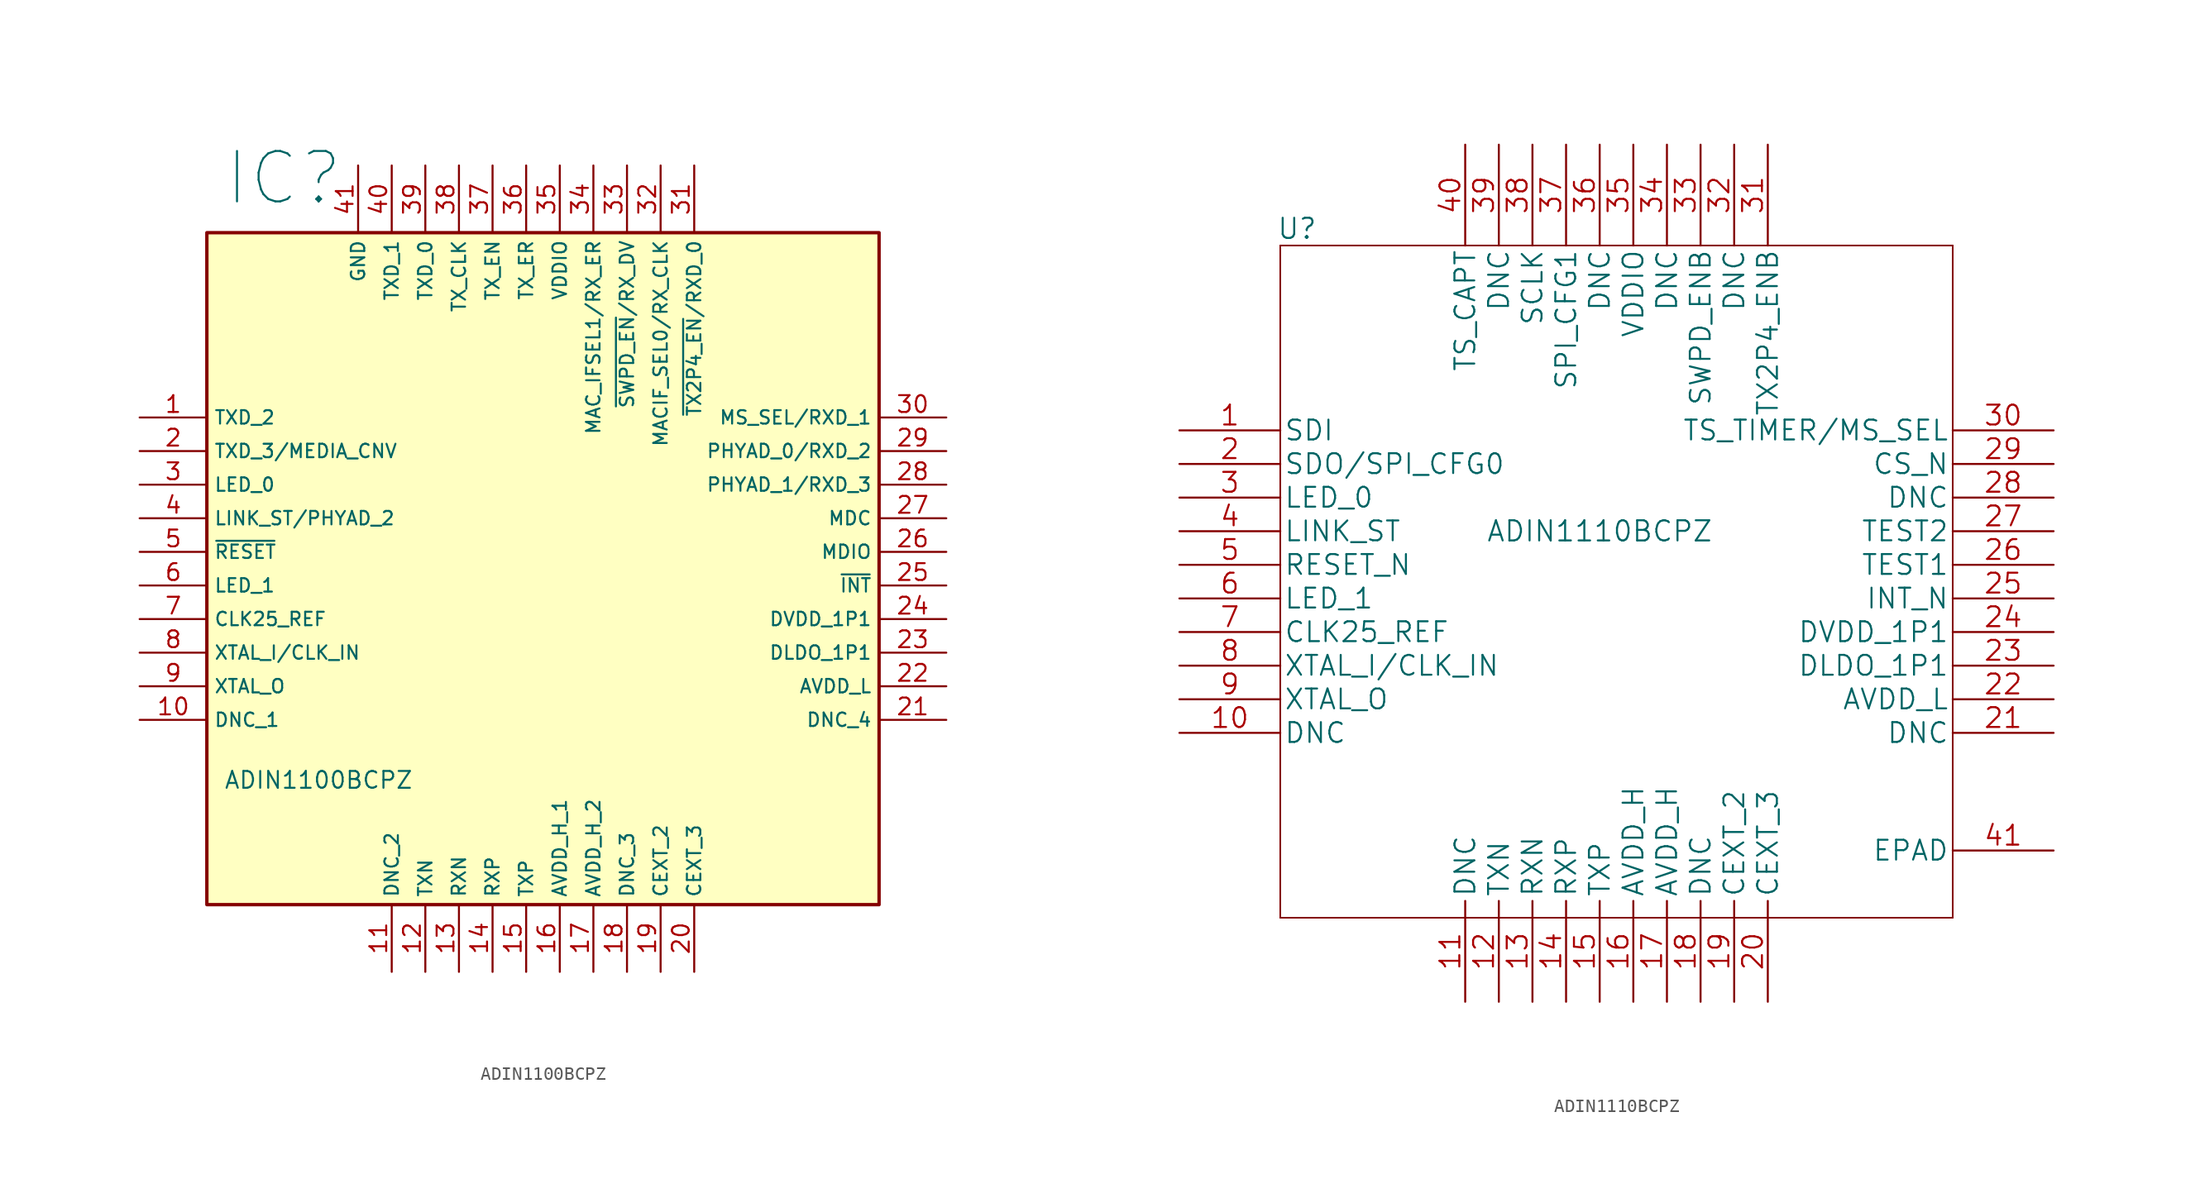
<source format=kicad_sym>
(kicad_symbol_lib
  (version 20220914)
  (generator kicad_symbol_editor)
  (symbol "ADIN1100BCPZ"
    (property "Reference" "IC"
      (at -24.13 31.75 0)
      (effects (font (size 3.81 3.81)) (justify left top)))
    (property "Value" "ADIN1100BCPZ"
      (at -24.13 -15.24 0)
      (effects (font (size 1.27 1.27)) (justify left top)))
    (symbol "ADIN1100BCPZ_1_1"
      (rectangle (start -25.4 25.4) (end 25.4 -25.4) (stroke (width 0.254) (type default)) (fill (type background)))
      (pin passive line (at -30.48 11.43 0) (length 5.08) (name "TXD_2" (effects (font (size 1.016 1.016)))) (number "1" (effects (font (size 1.27 1.27)))))
      (pin passive line (at -30.48 -11.43 0) (length 5.08) (name "DNC_1" (effects (font (size 1.016 1.016)))) (number "10" (effects (font (size 1.27 1.27)))))
      (pin passive line (at -11.43 -30.48 90) (length 5.08) (name "DNC_2" (effects (font (size 1.016 1.016)))) (number "11" (effects (font (size 1.27 1.27)))))
      (pin passive line (at -8.89 -30.48 90) (length 5.08) (name "TXN" (effects (font (size 1.016 1.016)))) (number "12" (effects (font (size 1.27 1.27)))))
      (pin passive line (at -6.35 -30.48 90) (length 5.08) (name "RXN" (effects (font (size 1.016 1.016)))) (number "13" (effects (font (size 1.27 1.27)))))
      (pin passive line (at -3.81 -30.48 90) (length 5.08) (name "RXP" (effects (font (size 1.016 1.016)))) (number "14" (effects (font (size 1.27 1.27)))))
      (pin passive line (at -1.27 -30.48 90) (length 5.08) (name "TXP" (effects (font (size 1.016 1.016)))) (number "15" (effects (font (size 1.27 1.27)))))
      (pin passive line (at 1.27 -30.48 90) (length 5.08) (name "AVDD_H_1" (effects (font (size 1.016 1.016)))) (number "16" (effects (font (size 1.27 1.27)))))
      (pin passive line (at 3.81 -30.48 90) (length 5.08) (name "AVDD_H_2" (effects (font (size 1.016 1.016)))) (number "17" (effects (font (size 1.27 1.27)))))
      (pin passive line (at 6.35 -30.48 90) (length 5.08) (name "DNC_3" (effects (font (size 1.016 1.016)))) (number "18" (effects (font (size 1.27 1.27)))))
      (pin passive line (at 8.89 -30.48 90) (length 5.08) (name "CEXT_2" (effects (font (size 1.016 1.016)))) (number "19" (effects (font (size 1.27 1.27)))))
      (pin passive line (at -30.48 8.89 0) (length 5.08) (name "TXD_3/MEDIA_CNV" (effects (font (size 1.016 1.016)))) (number "2" (effects (font (size 1.27 1.27)))))
      (pin passive line (at 11.43 -30.48 90) (length 5.08) (name "CEXT_3" (effects (font (size 1.016 1.016)))) (number "20" (effects (font (size 1.27 1.27)))))
      (pin passive line (at 30.48 -11.43 180) (length 5.08) (name "DNC_4" (effects (font (size 1.016 1.016)))) (number "21" (effects (font (size 1.27 1.27)))))
      (pin passive line (at 30.48 -8.89 180) (length 5.08) (name "AVDD_L" (effects (font (size 1.016 1.016)))) (number "22" (effects (font (size 1.27 1.27)))))
      (pin passive line (at 30.48 -6.35 180) (length 5.08) (name "DLDO_1P1" (effects (font (size 1.016 1.016)))) (number "23" (effects (font (size 1.27 1.27)))))
      (pin passive line (at 30.48 -3.81 180) (length 5.08) (name "DVDD_1P1" (effects (font (size 1.016 1.016)))) (number "24" (effects (font (size 1.27 1.27)))))
      (pin passive line (at 30.48 -1.27 180) (length 5.08) (name "~{INT}" (effects (font (size 1.016 1.016)))) (number "25" (effects (font (size 1.27 1.27)))))
      (pin passive line (at 30.48 1.27 180) (length 5.08) (name "MDIO" (effects (font (size 1.016 1.016)))) (number "26" (effects (font (size 1.27 1.27)))))
      (pin passive line (at 30.48 3.81 180) (length 5.08) (name "MDC" (effects (font (size 1.016 1.016)))) (number "27" (effects (font (size 1.27 1.27)))))
      (pin passive line (at 30.48 6.35 180) (length 5.08) (name "PHYAD_1/RXD_3" (effects (font (size 1.016 1.016)))) (number "28" (effects (font (size 1.27 1.27)))))
      (pin passive line (at 30.48 8.89 180) (length 5.08) (name "PHYAD_0/RXD_2" (effects (font (size 1.016 1.016)))) (number "29" (effects (font (size 1.27 1.27)))))
      (pin passive line (at -30.48 6.35 0) (length 5.08) (name "LED_0" (effects (font (size 1.016 1.016)))) (number "3" (effects (font (size 1.27 1.27)))))
      (pin passive line (at 30.48 11.43 180) (length 5.08) (name "MS_SEL/RXD_1" (effects (font (size 1.016 1.016)))) (number "30" (effects (font (size 1.27 1.27)))))
      (pin passive line (at 11.43 30.48 270) (length 5.08) (name "~{TX2P4_EN}/RXD_0" (effects (font (size 1.016 1.016)))) (number "31" (effects (font (size 1.27 1.27)))))
      (pin passive line (at 8.89 30.48 270) (length 5.08) (name "MACIF_SEL0/RX_CLK" (effects (font (size 1.016 1.016)))) (number "32" (effects (font (size 1.27 1.27)))))
      (pin passive line (at 6.35 30.48 270) (length 5.08) (name "~{SWPD_EN}/RX_DV" (effects (font (size 1.016 1.016)))) (number "33" (effects (font (size 1.27 1.27)))))
      (pin passive line (at 3.81 30.48 270) (length 5.08) (name "MAC_IFSEL1/RX_ER" (effects (font (size 1.016 1.016)))) (number "34" (effects (font (size 1.27 1.27)))))
      (pin passive line (at 1.27 30.48 270) (length 5.08) (name "VDDIO" (effects (font (size 1.016 1.016)))) (number "35" (effects (font (size 1.27 1.27)))))
      (pin passive line (at -1.27 30.48 270) (length 5.08) (name "TX_ER" (effects (font (size 1.016 1.016)))) (number "36" (effects (font (size 1.27 1.27)))))
      (pin passive line (at -3.81 30.48 270) (length 5.08) (name "TX_EN" (effects (font (size 1.016 1.016)))) (number "37" (effects (font (size 1.27 1.27)))))
      (pin passive line (at -6.35 30.48 270) (length 5.08) (name "TX_CLK" (effects (font (size 1.016 1.016)))) (number "38" (effects (font (size 1.27 1.27)))))
      (pin passive line (at -8.89 30.48 270) (length 5.08) (name "TXD_0" (effects (font (size 1.016 1.016)))) (number "39" (effects (font (size 1.27 1.27)))))
      (pin passive line (at -30.48 3.81 0) (length 5.08) (name "LINK_ST/PHYAD_2" (effects (font (size 1.016 1.016)))) (number "4" (effects (font (size 1.27 1.27)))))
      (pin passive line (at -11.43 30.48 270) (length 5.08) (name "TXD_1" (effects (font (size 1.016 1.016)))) (number "40" (effects (font (size 1.27 1.27)))))
      (pin passive line (at -13.97 30.48 270) (length 5.08) (name "GND" (effects (font (size 1.016 1.016)))) (number "41" (effects (font (size 1.27 1.27)))))
      (pin passive line (at -30.48 1.27 0) (length 5.08) (name "~{RESET}" (effects (font (size 1.016 1.016)))) (number "5" (effects (font (size 1.27 1.27)))))
      (pin passive line (at -30.48 -1.27 0) (length 5.08) (name "LED_1" (effects (font (size 1.016 1.016)))) (number "6" (effects (font (size 1.27 1.27)))))
      (pin passive line (at -30.48 -3.81 0) (length 5.08) (name "CLK25_REF" (effects (font (size 1.016 1.016)))) (number "7" (effects (font (size 1.27 1.27)))))
      (pin passive line (at -30.48 -6.35 0) (length 5.08) (name "XTAL_I/CLK_IN" (effects (font (size 1.016 1.016)))) (number "8" (effects (font (size 1.27 1.27)))))
      (pin passive line (at -30.48 -8.89 0) (length 5.08) (name "XTAL_O" (effects (font (size 1.016 1.016)))) (number "9" (effects (font (size 1.27 1.27)))))))
  (symbol "ADIN1110BCPZ"
    (pin_names
      (offset 0.254))
    (property "Reference" "U"
      (at -24.13 26.67 0)
      (effects (font (size 1.524 1.524))))
    (property "Value" "ADIN1110BCPZ"
      (at -1.27 3.81 0)
      (effects (font (size 1.524 1.524))))
    (property "Datasheet" ""
      (at -33.02 11.43 0)
      (effects (font (size 1.524 1.524))))
    (property "ki_locked" ""
      (at 0 0 0)
      (effects (font (size 1.27 1.27))))
    (symbol "ADIN1110BCPZ_1_1"
      (polyline (pts (xy -25.4 -25.4) (xy 25.4 -25.4)) (stroke (width 0.127) (type solid)) (fill (type none)))
      (polyline (pts (xy -25.4 25.4) (xy -25.4 -25.4)) (stroke (width 0.127) (type solid)) (fill (type none)))
      (polyline (pts (xy 25.4 -25.4) (xy 25.4 25.4)) (stroke (width 0.127) (type solid)) (fill (type none)))
      (polyline (pts (xy 25.4 25.4) (xy -25.4 25.4)) (stroke (width 0.127) (type solid)) (fill (type none)))
      (pin unspecified line (at -33.02 11.43 0) (length 7.62) (name "SDI" (effects (font (size 1.499 1.499)))) (number "1" (effects (font (size 1.499 1.499)))))
      (pin unspecified line (at -33.02 -11.43 0) (length 7.62) (name "DNC" (effects (font (size 1.499 1.499)))) (number "10" (effects (font (size 1.499 1.499)))))
      (pin unspecified line (at -11.43 -31.75 90) (length 7.62) (name "DNC" (effects (font (size 1.499 1.499)))) (number "11" (effects (font (size 1.499 1.499)))))
      (pin unspecified line (at -8.89 -31.75 90) (length 7.62) (name "TXN" (effects (font (size 1.499 1.499)))) (number "12" (effects (font (size 1.499 1.499)))))
      (pin unspecified line (at -6.35 -31.75 90) (length 7.62) (name "RXN" (effects (font (size 1.499 1.499)))) (number "13" (effects (font (size 1.499 1.499)))))
      (pin unspecified line (at -3.81 -31.75 90) (length 7.62) (name "RXP" (effects (font (size 1.499 1.499)))) (number "14" (effects (font (size 1.499 1.499)))))
      (pin unspecified line (at -1.27 -31.75 90) (length 7.62) (name "TXP" (effects (font (size 1.499 1.499)))) (number "15" (effects (font (size 1.499 1.499)))))
      (pin unspecified line (at 1.27 -31.75 90) (length 7.62) (name "AVDD_H" (effects (font (size 1.499 1.499)))) (number "16" (effects (font (size 1.499 1.499)))))
      (pin unspecified line (at 3.81 -31.75 90) (length 7.62) (name "AVDD_H" (effects (font (size 1.499 1.499)))) (number "17" (effects (font (size 1.499 1.499)))))
      (pin unspecified line (at 6.35 -31.75 90) (length 7.62) (name "DNC" (effects (font (size 1.499 1.499)))) (number "18" (effects (font (size 1.499 1.499)))))
      (pin unspecified line (at 8.89 -31.75 90) (length 7.62) (name "CEXT_2" (effects (font (size 1.499 1.499)))) (number "19" (effects (font (size 1.499 1.499)))))
      (pin unspecified line (at -33.02 8.89 0) (length 7.62) (name "SDO/SPI_CFG0" (effects (font (size 1.499 1.499)))) (number "2" (effects (font (size 1.499 1.499)))))
      (pin unspecified line (at 11.43 -31.75 90) (length 7.62) (name "CEXT_3" (effects (font (size 1.499 1.499)))) (number "20" (effects (font (size 1.499 1.499)))))
      (pin unspecified line (at 33.02 -11.43 180) (length 7.62) (name "DNC" (effects (font (size 1.499 1.499)))) (number "21" (effects (font (size 1.499 1.499)))))
      (pin unspecified line (at 33.02 -8.89 180) (length 7.62) (name "AVDD_L" (effects (font (size 1.499 1.499)))) (number "22" (effects (font (size 1.499 1.499)))))
      (pin unspecified line (at 33.02 -6.35 180) (length 7.62) (name "DLDO_1P1" (effects (font (size 1.499 1.499)))) (number "23" (effects (font (size 1.499 1.499)))))
      (pin unspecified line (at 33.02 -3.81 180) (length 7.62) (name "DVDD_1P1" (effects (font (size 1.499 1.499)))) (number "24" (effects (font (size 1.499 1.499)))))
      (pin unspecified line (at 33.02 -1.27 180) (length 7.62) (name "INT_N" (effects (font (size 1.499 1.499)))) (number "25" (effects (font (size 1.499 1.499)))))
      (pin unspecified line (at 33.02 1.27 180) (length 7.62) (name "TEST1" (effects (font (size 1.499 1.499)))) (number "26" (effects (font (size 1.499 1.499)))))
      (pin unspecified line (at 33.02 3.81 180) (length 7.62) (name "TEST2" (effects (font (size 1.499 1.499)))) (number "27" (effects (font (size 1.499 1.499)))))
      (pin unspecified line (at 33.02 6.35 180) (length 7.62) (name "DNC" (effects (font (size 1.499 1.499)))) (number "28" (effects (font (size 1.499 1.499)))))
      (pin unspecified line (at 33.02 8.89 180) (length 7.62) (name "CS_N" (effects (font (size 1.499 1.499)))) (number "29" (effects (font (size 1.499 1.499)))))
      (pin unspecified line (at -33.02 6.35 0) (length 7.62) (name "LED_0" (effects (font (size 1.499 1.499)))) (number "3" (effects (font (size 1.499 1.499)))))
      (pin unspecified line (at 33.02 11.43 180) (length 7.62) (name "TS_TIMER/MS_SEL" (effects (font (size 1.499 1.499)))) (number "30" (effects (font (size 1.499 1.499)))))
      (pin unspecified line (at 11.43 33.02 270) (length 7.62) (name "TX2P4_ENB" (effects (font (size 1.499 1.499)))) (number "31" (effects (font (size 1.499 1.499)))))
      (pin unspecified line (at 8.89 33.02 270) (length 7.62) (name "DNC" (effects (font (size 1.499 1.499)))) (number "32" (effects (font (size 1.499 1.499)))))
      (pin unspecified line (at 6.35 33.02 270) (length 7.62) (name "SWPD_ENB" (effects (font (size 1.499 1.499)))) (number "33" (effects (font (size 1.499 1.499)))))
      (pin unspecified line (at 3.81 33.02 270) (length 7.62) (name "DNC" (effects (font (size 1.499 1.499)))) (number "34" (effects (font (size 1.499 1.499)))))
      (pin unspecified line (at 1.27 33.02 270) (length 7.62) (name "VDDIO" (effects (font (size 1.499 1.499)))) (number "35" (effects (font (size 1.499 1.499)))))
      (pin unspecified line (at -1.27 33.02 270) (length 7.62) (name "DNC" (effects (font (size 1.499 1.499)))) (number "36" (effects (font (size 1.499 1.499)))))
      (pin unspecified line (at -3.81 33.02 270) (length 7.62) (name "SPI_CFG1" (effects (font (size 1.499 1.499)))) (number "37" (effects (font (size 1.499 1.499)))))
      (pin unspecified line (at -6.35 33.02 270) (length 7.62) (name "SCLK" (effects (font (size 1.499 1.499)))) (number "38" (effects (font (size 1.499 1.499)))))
      (pin unspecified line (at -8.89 33.02 270) (length 7.62) (name "DNC" (effects (font (size 1.499 1.499)))) (number "39" (effects (font (size 1.499 1.499)))))
      (pin unspecified line (at -33.02 3.81 0) (length 7.62) (name "LINK_ST" (effects (font (size 1.499 1.499)))) (number "4" (effects (font (size 1.499 1.499)))))
      (pin unspecified line (at -11.43 33.02 270) (length 7.62) (name "TS_CAPT" (effects (font (size 1.499 1.499)))) (number "40" (effects (font (size 1.499 1.499)))))
      (pin unspecified line (at 33.02 -20.32 180) (length 7.62) (name "EPAD" (effects (font (size 1.499 1.499)))) (number "41" (effects (font (size 1.499 1.499)))))
      (pin unspecified line (at -33.02 1.27 0) (length 7.62) (name "RESET_N" (effects (font (size 1.499 1.499)))) (number "5" (effects (font (size 1.499 1.499)))))
      (pin unspecified line (at -33.02 -1.27 0) (length 7.62) (name "LED_1" (effects (font (size 1.499 1.499)))) (number "6" (effects (font (size 1.499 1.499)))))
      (pin unspecified line (at -33.02 -3.81 0) (length 7.62) (name "CLK25_REF" (effects (font (size 1.499 1.499)))) (number "7" (effects (font (size 1.499 1.499)))))
      (pin unspecified line (at -33.02 -6.35 0) (length 7.62) (name "XTAL_I/CLK_IN" (effects (font (size 1.499 1.499)))) (number "8" (effects (font (size 1.499 1.499)))))
      (pin unspecified line (at -33.02 -8.89 0) (length 7.62) (name "XTAL_O" (effects (font (size 1.499 1.499)))) (number "9" (effects (font (size 1.499 1.499))))))))
</source>
